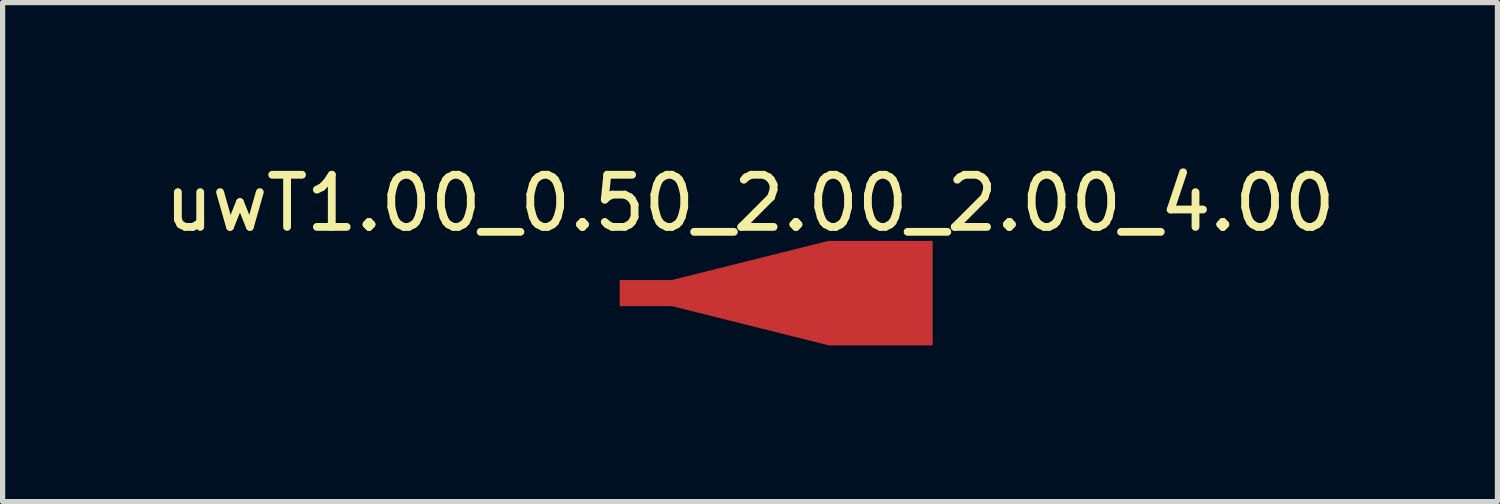
<source format=kicad_pcb>
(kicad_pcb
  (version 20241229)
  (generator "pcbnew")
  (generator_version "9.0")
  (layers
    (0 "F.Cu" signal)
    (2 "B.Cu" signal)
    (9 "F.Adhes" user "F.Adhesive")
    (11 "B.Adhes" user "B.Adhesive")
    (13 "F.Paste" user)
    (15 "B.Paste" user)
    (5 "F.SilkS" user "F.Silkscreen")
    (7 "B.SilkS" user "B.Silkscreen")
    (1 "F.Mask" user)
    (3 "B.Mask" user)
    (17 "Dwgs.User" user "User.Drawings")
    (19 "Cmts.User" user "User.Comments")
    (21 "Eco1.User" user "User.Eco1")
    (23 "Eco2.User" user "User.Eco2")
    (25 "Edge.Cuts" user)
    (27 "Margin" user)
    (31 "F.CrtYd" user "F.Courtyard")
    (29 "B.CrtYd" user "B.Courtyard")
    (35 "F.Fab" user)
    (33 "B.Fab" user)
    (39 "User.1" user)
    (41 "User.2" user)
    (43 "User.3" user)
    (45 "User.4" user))
  (footprint "uwT1.00_0.50_2.00_2.00_4.00"
    (layer "F.Cu")
    (at 9.339 2.573)
    (property "Reference" "uwT1.00_0.50_2.00_2.00_4.00" (at 2 -1.725 0) (layer "F.SilkS") (effects (font (size 1 1) (thickness 0.15))))
    (attr exclude_from_pos_files exclude_from_bom)
    (pad "1" smd custom (at 0 0) (size 1 0.5) (layers "F.Cu") (options (anchor rect)) (primitives (gr_poly (pts (xy -0.5 -0.25) (xy 0.5 -0.25) (xy 3.5 -1) (xy 5.5 -1) (xy 5.5 1) (xy 3.5 1) (xy 0.5 0.25) (xy -0.5 0.25)) (width 0) (fill yes))))
    (pad "1" smd rect (at 4.5 0) (size 2 2) (layers "F.Cu")))
  (gr_rect
    (start -3 -3)
    (end 25.679 6.573)
    (stroke (width 0.1) (type default))
    (fill no)
    (layer "Edge.Cuts")))
</source>
